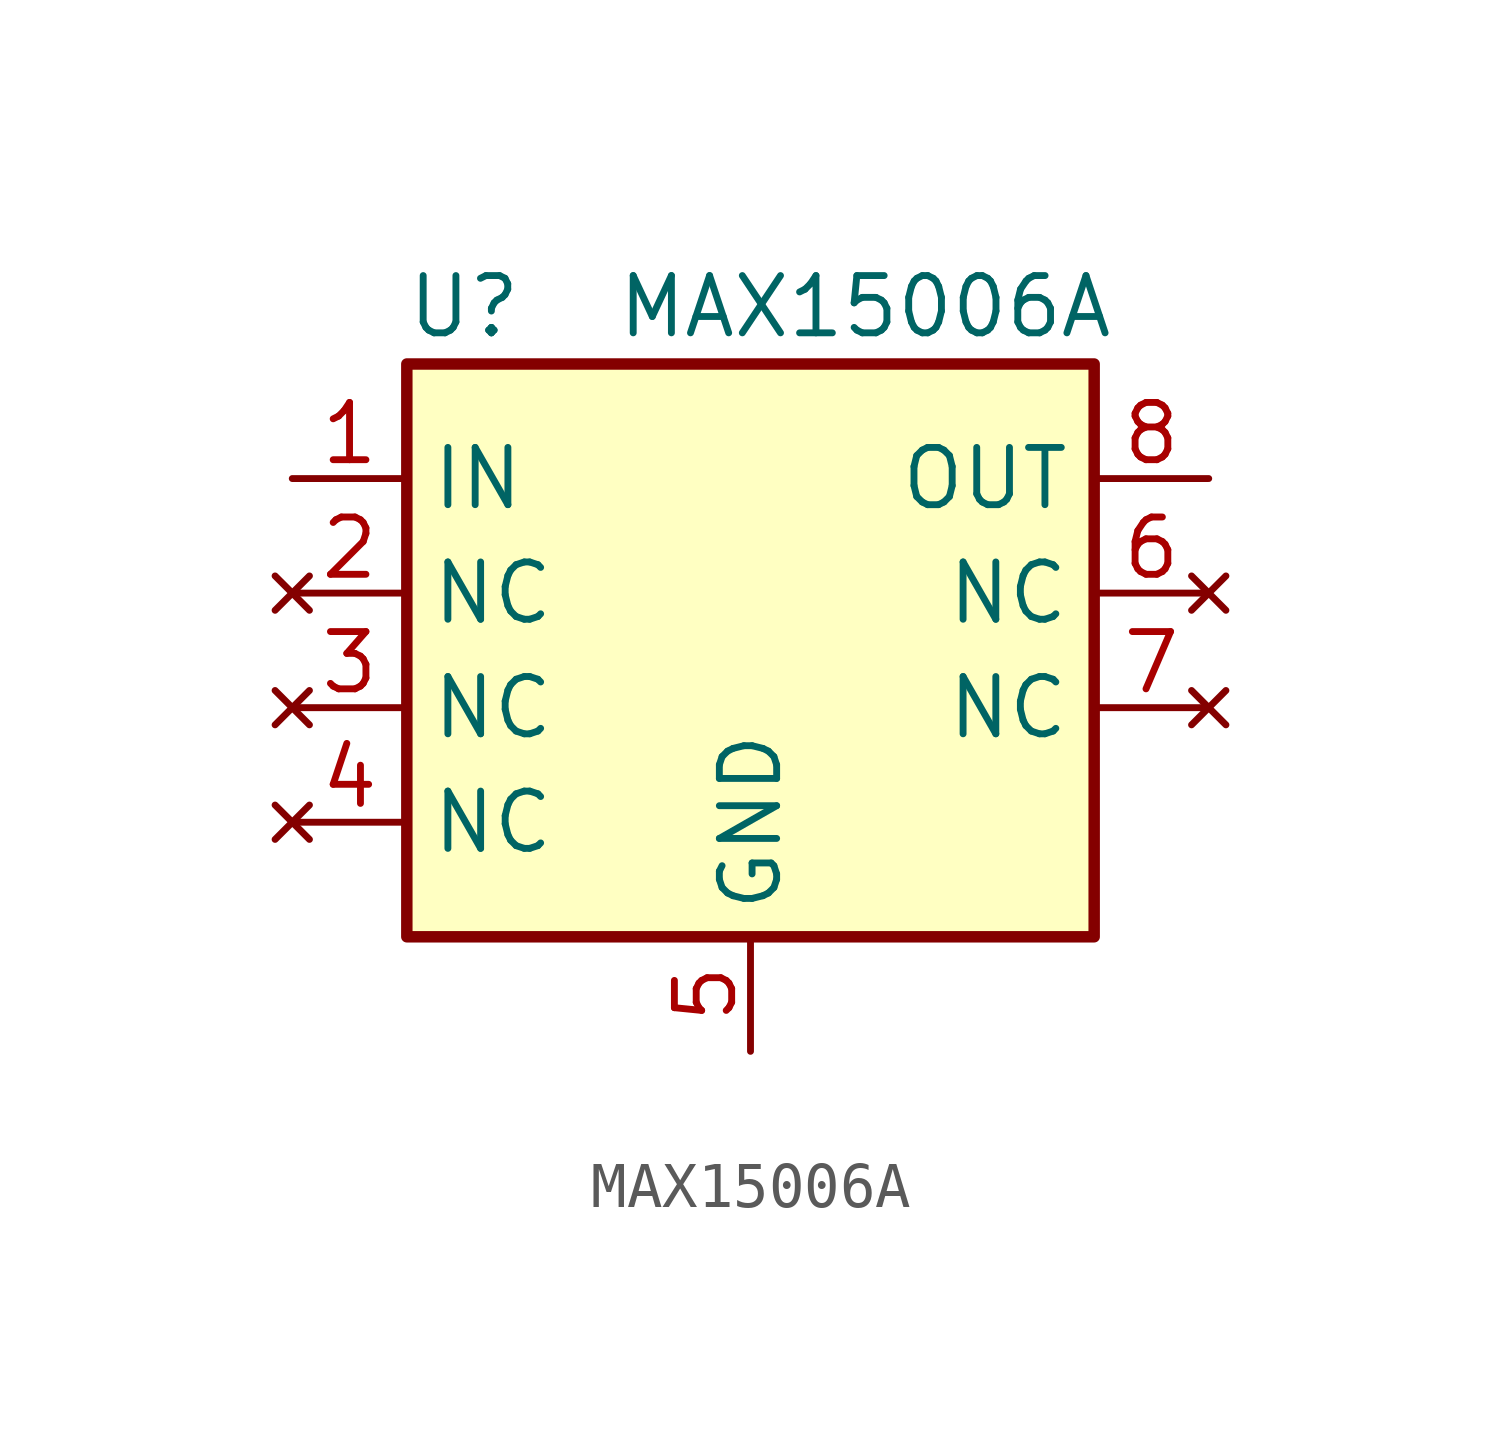
<source format=kicad_sym>
(kicad_symbol_lib
  (version 20211014)
  (generator kicad_symbol_editor)
  (symbol "MAX15006A"
    (property "Reference" "U"
      (at -6.35 6.35 0)
      (effects (font (size 1.27 1.27))))
    (property "Value" "MAX15006A"
      (at 2.54 6.35 0)
      (effects (font (size 1.27 1.27))))
    (symbol "MAX15006A_0_0"
      (pin no_connect line (at 10.16 0 180) (length 2.54) (name "NC" (effects (font (size 1.27 1.27)))) (number "6" (effects (font (size 1.27 1.27)))))
      (pin no_connect line (at 10.16 -2.54 180) (length 2.54) (name "NC" (effects (font (size 1.27 1.27)))) (number "7" (effects (font (size 1.27 1.27)))))
      (pin passive line (at 10.16 2.54 180) (length 2.54) (name "OUT" (effects (font (size 1.27 1.27)))) (number "8" (effects (font (size 1.27 1.27))))))
    (symbol "MAX15006A_1_1"
      (rectangle (start -7.62 5.08) (end 7.62 -7.62) (stroke (width 0.254) (type default) (color 0 0 0 0)) (fill (type background)))
      (pin passive line (at -10.16 2.54 0) (length 2.54) (name "IN" (effects (font (size 1.27 1.27)))) (number "1" (effects (font (size 1.27 1.27)))))
      (pin no_connect line (at -10.16 0 0) (length 2.54) (name "NC" (effects (font (size 1.27 1.27)))) (number "2" (effects (font (size 1.27 1.27)))))
      (pin no_connect line (at -10.16 -2.54 0) (length 2.54) (name "NC" (effects (font (size 1.27 1.27)))) (number "3" (effects (font (size 1.27 1.27)))))
      (pin no_connect line (at -10.16 -5.08 0) (length 2.54) (name "NC" (effects (font (size 1.27 1.27)))) (number "4" (effects (font (size 1.27 1.27)))))
      (pin passive line (at 0 -10.16 90) (length 2.54) (name "GND" (effects (font (size 1.27 1.27)))) (number "5" (effects (font (size 1.27 1.27))))))))
</source>
